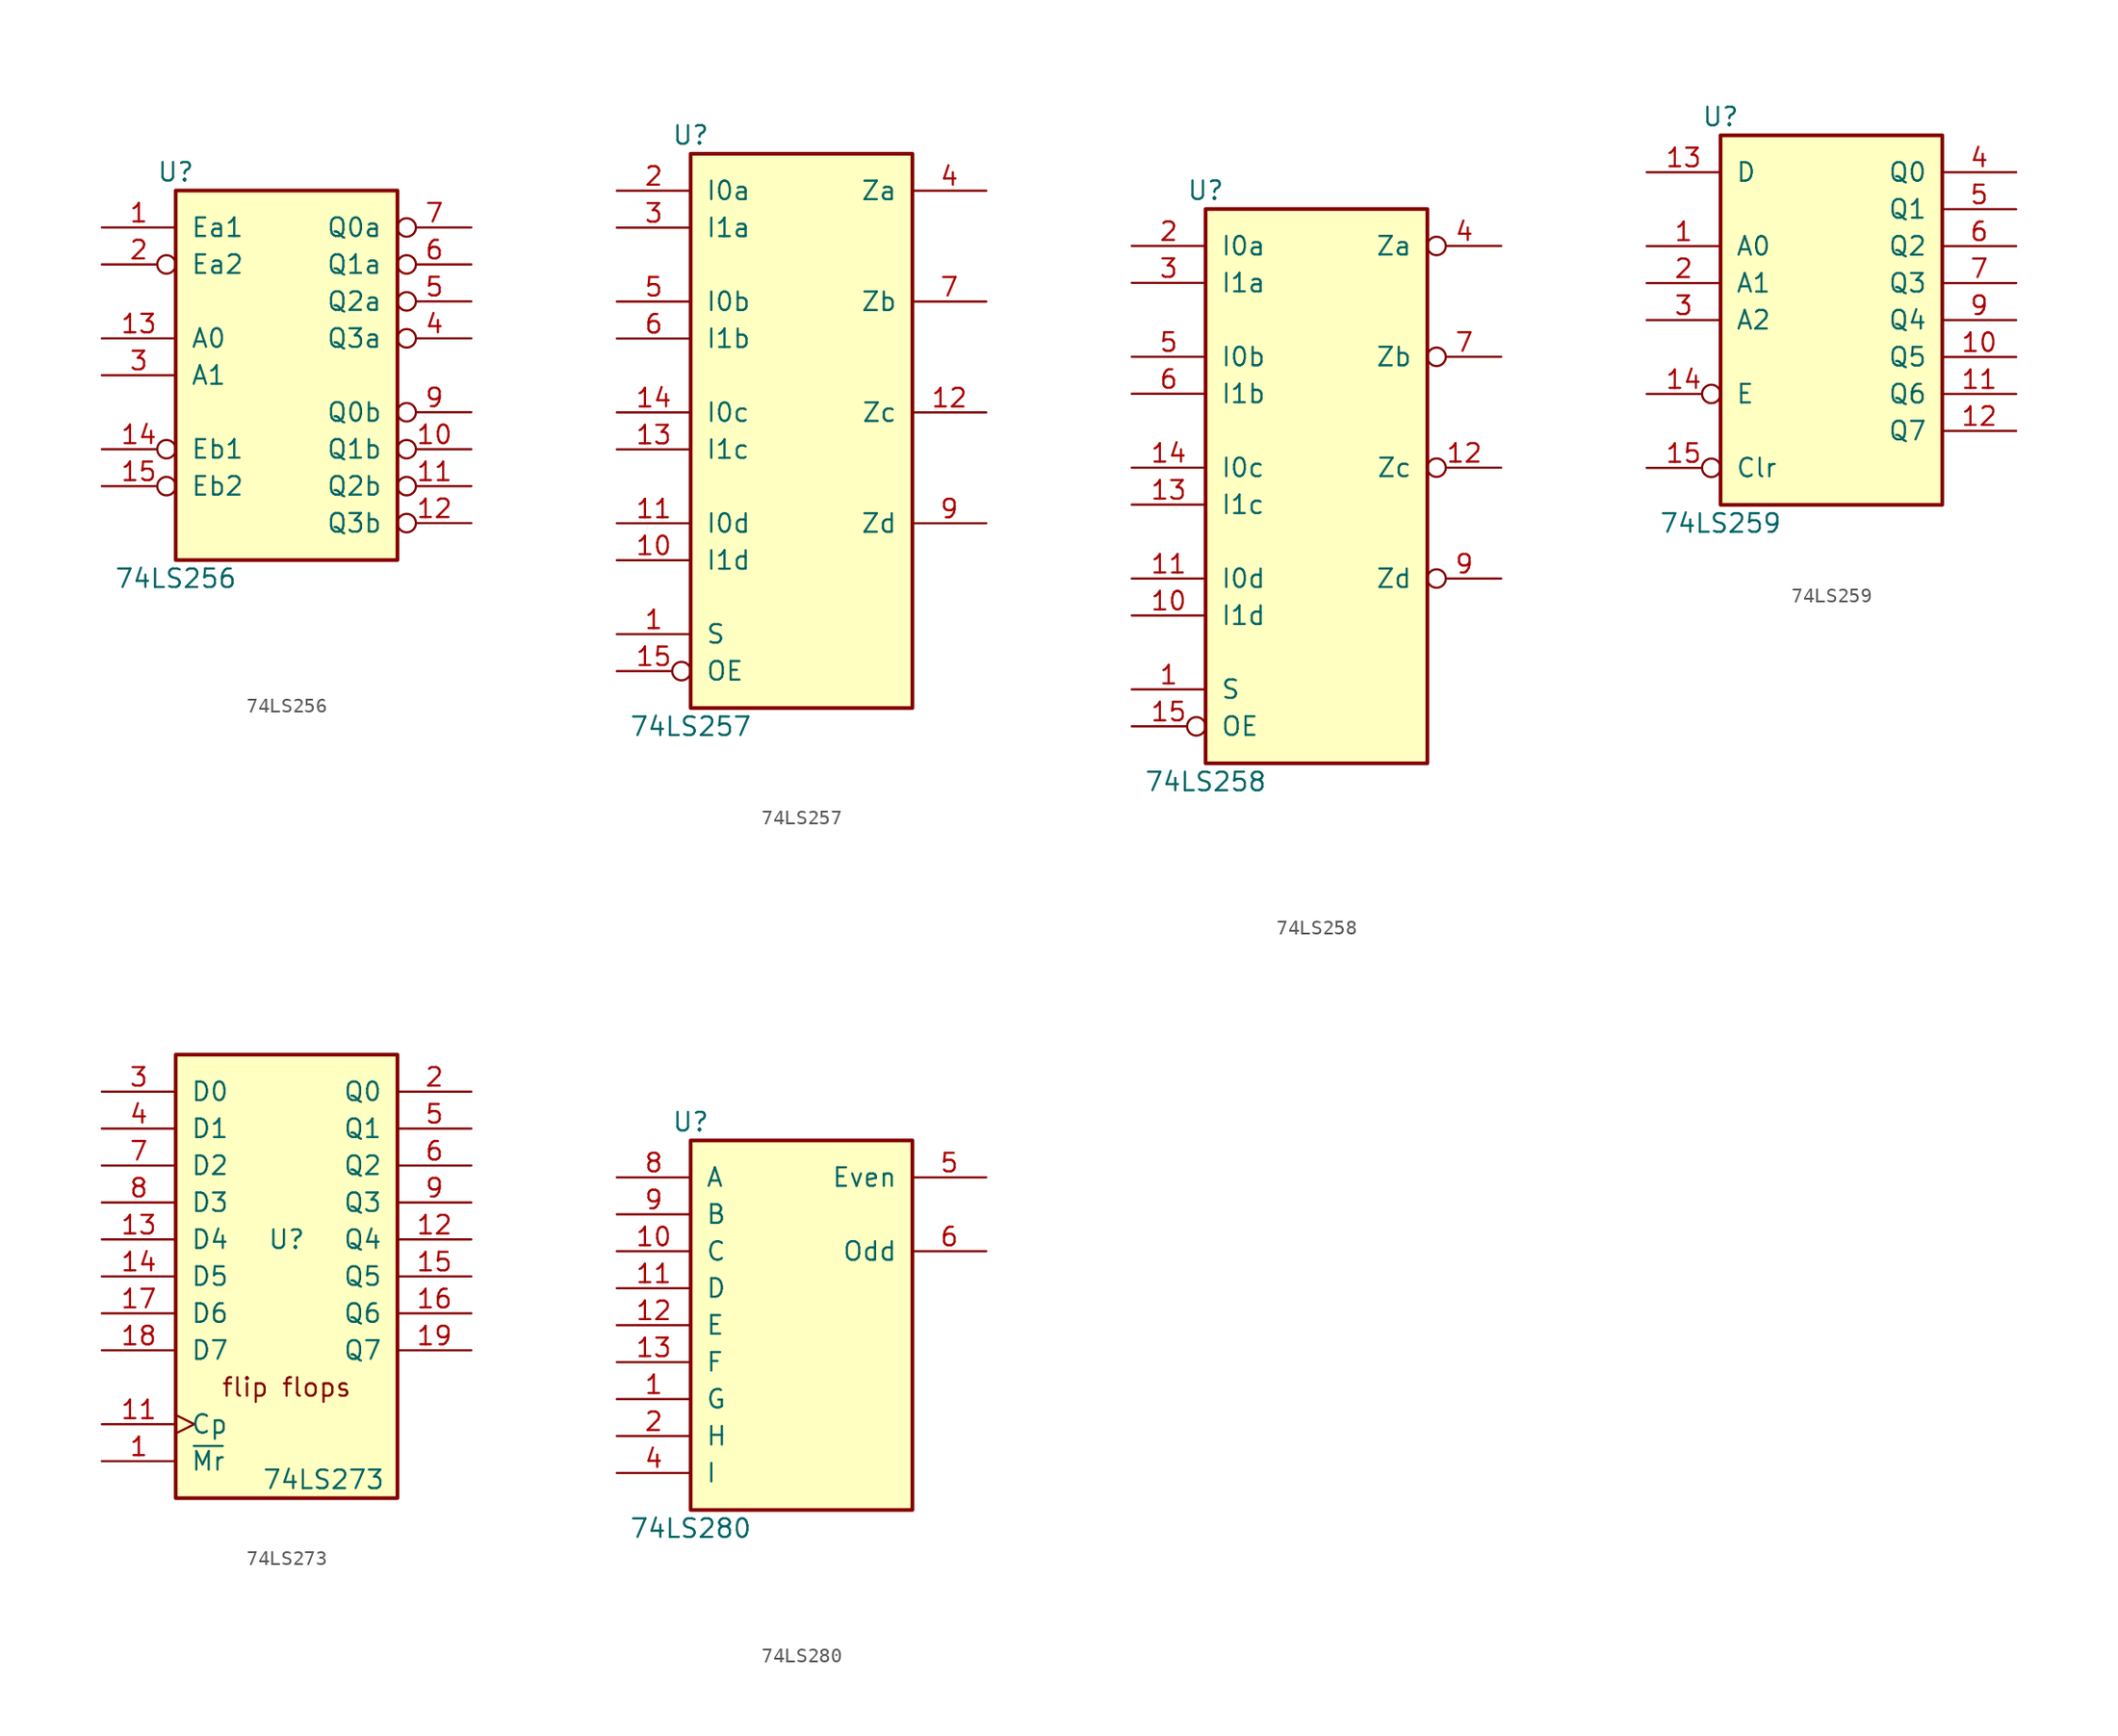
<source format=kicad_sym>
(kicad_symbol_lib
  (version 20211014)
  (generator kicad_symbol_editor)
  (symbol "74LS256"
    (pin_names
      (offset 1.016))
    (property "Reference" "U"
      (at -7.62 13.97 0)
      (effects (font (size 1.27 1.27))))
    (property "Value" "74LS256"
      (at -7.62 -13.97 0)
      (effects (font (size 1.27 1.27))))
    (property "ki_locked" ""
      (at 0 0 0)
      (effects (font (size 1.27 1.27))))
    (symbol "74LS256_1_0"
      (pin input line (at -12.7 10.16 0) (length 5.08) (name "Ea1" (effects (font (size 1.27 1.27)))) (number "1" (effects (font (size 1.27 1.27)))))
      (pin tri_state inverted (at 12.7 -5.08 180) (length 5.08) (name "Q1b" (effects (font (size 1.27 1.27)))) (number "10" (effects (font (size 1.27 1.27)))))
      (pin tri_state inverted (at 12.7 -7.62 180) (length 5.08) (name "Q2b" (effects (font (size 1.27 1.27)))) (number "11" (effects (font (size 1.27 1.27)))))
      (pin tri_state inverted (at 12.7 -10.16 180) (length 5.08) (name "Q3b" (effects (font (size 1.27 1.27)))) (number "12" (effects (font (size 1.27 1.27)))))
      (pin input line (at -12.7 2.54 0) (length 5.08) (name "A0" (effects (font (size 1.27 1.27)))) (number "13" (effects (font (size 1.27 1.27)))))
      (pin input inverted (at -12.7 -5.08 0) (length 5.08) (name "Eb1" (effects (font (size 1.27 1.27)))) (number "14" (effects (font (size 1.27 1.27)))))
      (pin input inverted (at -12.7 -7.62 0) (length 5.08) (name "Eb2" (effects (font (size 1.27 1.27)))) (number "15" (effects (font (size 1.27 1.27)))))
      (pin input line (at 0 17.78 270) (length 5.08) hide (name "VCC" (effects (font (size 1.27 1.27)))) (number "16" (effects (font (size 1.27 1.27)))))
      (pin input inverted (at -12.7 7.62 0) (length 5.08) (name "Ea2" (effects (font (size 1.27 1.27)))) (number "2" (effects (font (size 1.27 1.27)))))
      (pin input line (at -12.7 0 0) (length 5.08) (name "A1" (effects (font (size 1.27 1.27)))) (number "3" (effects (font (size 1.27 1.27)))))
      (pin tri_state inverted (at 12.7 2.54 180) (length 5.08) (name "Q3a" (effects (font (size 1.27 1.27)))) (number "4" (effects (font (size 1.27 1.27)))))
      (pin tri_state inverted (at 12.7 5.08 180) (length 5.08) (name "Q2a" (effects (font (size 1.27 1.27)))) (number "5" (effects (font (size 1.27 1.27)))))
      (pin tri_state inverted (at 12.7 7.62 180) (length 5.08) (name "Q1a" (effects (font (size 1.27 1.27)))) (number "6" (effects (font (size 1.27 1.27)))))
      (pin tri_state inverted (at 12.7 10.16 180) (length 5.08) (name "Q0a" (effects (font (size 1.27 1.27)))) (number "7" (effects (font (size 1.27 1.27)))))
      (pin input line (at 0 -17.78 90) (length 5.08) hide (name "GND" (effects (font (size 1.27 1.27)))) (number "8" (effects (font (size 1.27 1.27)))))
      (pin tri_state inverted (at 12.7 -2.54 180) (length 5.08) (name "Q0b" (effects (font (size 1.27 1.27)))) (number "9" (effects (font (size 1.27 1.27))))))
    (symbol "74LS256_1_1"
      (rectangle (start -7.62 12.7) (end 7.62 -12.7) (stroke (width 0.254) (type default) (color 0 0 0 0)) (fill (type background)))))
  (symbol "74LS257"
    (pin_names
      (offset 1.016))
    (property "Reference" "U"
      (at -7.62 19.05 0)
      (effects (font (size 1.27 1.27))))
    (property "Value" "74LS257"
      (at -7.62 -21.59 0)
      (effects (font (size 1.27 1.27))))
    (property "ki_locked" ""
      (at 0 0 0)
      (effects (font (size 1.27 1.27))))
    (symbol "74LS257_1_0"
      (pin input line (at -12.7 -15.24 0) (length 5.08) (name "S" (effects (font (size 1.27 1.27)))) (number "1" (effects (font (size 1.27 1.27)))))
      (pin input line (at -12.7 -10.16 0) (length 5.08) (name "I1d" (effects (font (size 1.27 1.27)))) (number "10" (effects (font (size 1.27 1.27)))))
      (pin input line (at -12.7 -7.62 0) (length 5.08) (name "I0d" (effects (font (size 1.27 1.27)))) (number "11" (effects (font (size 1.27 1.27)))))
      (pin tri_state line (at 12.7 0 180) (length 5.08) (name "Zc" (effects (font (size 1.27 1.27)))) (number "12" (effects (font (size 1.27 1.27)))))
      (pin input line (at -12.7 -2.54 0) (length 5.08) (name "I1c" (effects (font (size 1.27 1.27)))) (number "13" (effects (font (size 1.27 1.27)))))
      (pin input line (at -12.7 0 0) (length 5.08) (name "I0c" (effects (font (size 1.27 1.27)))) (number "14" (effects (font (size 1.27 1.27)))))
      (pin input inverted (at -12.7 -17.78 0) (length 5.08) (name "OE" (effects (font (size 1.27 1.27)))) (number "15" (effects (font (size 1.27 1.27)))))
      (pin input line (at -12.7 15.24 0) (length 5.08) (name "I0a" (effects (font (size 1.27 1.27)))) (number "2" (effects (font (size 1.27 1.27)))))
      (pin input line (at -12.7 12.7 0) (length 5.08) (name "I1a" (effects (font (size 1.27 1.27)))) (number "3" (effects (font (size 1.27 1.27)))))
      (pin tri_state line (at 12.7 15.24 180) (length 5.08) (name "Za" (effects (font (size 1.27 1.27)))) (number "4" (effects (font (size 1.27 1.27)))))
      (pin input line (at -12.7 7.62 0) (length 5.08) (name "I0b" (effects (font (size 1.27 1.27)))) (number "5" (effects (font (size 1.27 1.27)))))
      (pin input line (at -12.7 5.08 0) (length 5.08) (name "I1b" (effects (font (size 1.27 1.27)))) (number "6" (effects (font (size 1.27 1.27)))))
      (pin tri_state line (at 12.7 7.62 180) (length 5.08) (name "Zb" (effects (font (size 1.27 1.27)))) (number "7" (effects (font (size 1.27 1.27)))))
      (pin tri_state line (at 12.7 -7.62 180) (length 5.08) (name "Zd" (effects (font (size 1.27 1.27)))) (number "9" (effects (font (size 1.27 1.27))))))
    (symbol "74LS257_1_1"
      (rectangle (start -7.62 17.78) (end 7.62 -20.32) (stroke (width 0.254) (type default) (color 0 0 0 0)) (fill (type background)))))
  (symbol "74LS258"
    (pin_names
      (offset 1.016))
    (property "Reference" "U"
      (at -7.62 19.05 0)
      (effects (font (size 1.27 1.27))))
    (property "Value" "74LS258"
      (at -7.62 -21.59 0)
      (effects (font (size 1.27 1.27))))
    (property "ki_locked" ""
      (at 0 0 0)
      (effects (font (size 1.27 1.27))))
    (symbol "74LS258_1_0"
      (pin input line (at -12.7 -15.24 0) (length 5.08) (name "S" (effects (font (size 1.27 1.27)))) (number "1" (effects (font (size 1.27 1.27)))))
      (pin input line (at -12.7 -10.16 0) (length 5.08) (name "I1d" (effects (font (size 1.27 1.27)))) (number "10" (effects (font (size 1.27 1.27)))))
      (pin input line (at -12.7 -7.62 0) (length 5.08) (name "I0d" (effects (font (size 1.27 1.27)))) (number "11" (effects (font (size 1.27 1.27)))))
      (pin tri_state inverted (at 12.7 0 180) (length 5.08) (name "Zc" (effects (font (size 1.27 1.27)))) (number "12" (effects (font (size 1.27 1.27)))))
      (pin input line (at -12.7 -2.54 0) (length 5.08) (name "I1c" (effects (font (size 1.27 1.27)))) (number "13" (effects (font (size 1.27 1.27)))))
      (pin input line (at -12.7 0 0) (length 5.08) (name "I0c" (effects (font (size 1.27 1.27)))) (number "14" (effects (font (size 1.27 1.27)))))
      (pin input inverted (at -12.7 -17.78 0) (length 5.08) (name "OE" (effects (font (size 1.27 1.27)))) (number "15" (effects (font (size 1.27 1.27)))))
      (pin input line (at 0 22.86 270) (length 5.08) hide (name "VCC" (effects (font (size 1.27 1.27)))) (number "16" (effects (font (size 1.27 1.27)))))
      (pin input line (at -12.7 15.24 0) (length 5.08) (name "I0a" (effects (font (size 1.27 1.27)))) (number "2" (effects (font (size 1.27 1.27)))))
      (pin input line (at -12.7 12.7 0) (length 5.08) (name "I1a" (effects (font (size 1.27 1.27)))) (number "3" (effects (font (size 1.27 1.27)))))
      (pin tri_state inverted (at 12.7 15.24 180) (length 5.08) (name "Za" (effects (font (size 1.27 1.27)))) (number "4" (effects (font (size 1.27 1.27)))))
      (pin input line (at -12.7 7.62 0) (length 5.08) (name "I0b" (effects (font (size 1.27 1.27)))) (number "5" (effects (font (size 1.27 1.27)))))
      (pin input line (at -12.7 5.08 0) (length 5.08) (name "I1b" (effects (font (size 1.27 1.27)))) (number "6" (effects (font (size 1.27 1.27)))))
      (pin tri_state inverted (at 12.7 7.62 180) (length 5.08) (name "Zb" (effects (font (size 1.27 1.27)))) (number "7" (effects (font (size 1.27 1.27)))))
      (pin input line (at 0 -25.4 90) (length 5.08) hide (name "GND" (effects (font (size 1.27 1.27)))) (number "8" (effects (font (size 1.27 1.27)))))
      (pin tri_state inverted (at 12.7 -7.62 180) (length 5.08) (name "Zd" (effects (font (size 1.27 1.27)))) (number "9" (effects (font (size 1.27 1.27))))))
    (symbol "74LS258_1_1"
      (rectangle (start -7.62 17.78) (end 7.62 -20.32) (stroke (width 0.254) (type default) (color 0 0 0 0)) (fill (type background)))))
  (symbol "74LS259"
    (pin_names
      (offset 1.016))
    (property "Reference" "U"
      (at -7.62 13.97 0)
      (effects (font (size 1.27 1.27))))
    (property "Value" "74LS259"
      (at -7.62 -13.97 0)
      (effects (font (size 1.27 1.27))))
    (property "ki_locked" ""
      (at 0 0 0)
      (effects (font (size 1.27 1.27))))
    (symbol "74LS259_1_0"
      (pin input line (at -12.7 5.08 0) (length 5.08) (name "A0" (effects (font (size 1.27 1.27)))) (number "1" (effects (font (size 1.27 1.27)))))
      (pin output line (at 12.7 -2.54 180) (length 5.08) (name "Q5" (effects (font (size 1.27 1.27)))) (number "10" (effects (font (size 1.27 1.27)))))
      (pin output line (at 12.7 -5.08 180) (length 5.08) (name "Q6" (effects (font (size 1.27 1.27)))) (number "11" (effects (font (size 1.27 1.27)))))
      (pin output line (at 12.7 -7.62 180) (length 5.08) (name "Q7" (effects (font (size 1.27 1.27)))) (number "12" (effects (font (size 1.27 1.27)))))
      (pin input line (at -12.7 10.16 0) (length 5.08) (name "D" (effects (font (size 1.27 1.27)))) (number "13" (effects (font (size 1.27 1.27)))))
      (pin input inverted (at -12.7 -5.08 0) (length 5.08) (name "E" (effects (font (size 1.27 1.27)))) (number "14" (effects (font (size 1.27 1.27)))))
      (pin input inverted (at -12.7 -10.16 0) (length 5.08) (name "Clr" (effects (font (size 1.27 1.27)))) (number "15" (effects (font (size 1.27 1.27)))))
      (pin power_in line (at 0 12.7 270) (length 5.08) hide (name "VCC" (effects (font (size 1.27 1.27)))) (number "16" (effects (font (size 1.27 1.27)))))
      (pin input line (at -12.7 2.54 0) (length 5.08) (name "A1" (effects (font (size 1.27 1.27)))) (number "2" (effects (font (size 1.27 1.27)))))
      (pin input line (at -12.7 0 0) (length 5.08) (name "A2" (effects (font (size 1.27 1.27)))) (number "3" (effects (font (size 1.27 1.27)))))
      (pin output line (at 12.7 10.16 180) (length 5.08) (name "Q0" (effects (font (size 1.27 1.27)))) (number "4" (effects (font (size 1.27 1.27)))))
      (pin output line (at 12.7 7.62 180) (length 5.08) (name "Q1" (effects (font (size 1.27 1.27)))) (number "5" (effects (font (size 1.27 1.27)))))
      (pin output line (at 12.7 5.08 180) (length 5.08) (name "Q2" (effects (font (size 1.27 1.27)))) (number "6" (effects (font (size 1.27 1.27)))))
      (pin output line (at 12.7 2.54 180) (length 5.08) (name "Q3" (effects (font (size 1.27 1.27)))) (number "7" (effects (font (size 1.27 1.27)))))
      (pin power_in line (at 0 -12.7 90) (length 5.08) hide (name "VSS" (effects (font (size 1.27 1.27)))) (number "8" (effects (font (size 1.27 1.27)))))
      (pin output line (at 12.7 0 180) (length 5.08) (name "Q4" (effects (font (size 1.27 1.27)))) (number "9" (effects (font (size 1.27 1.27))))))
    (symbol "74LS259_1_1"
      (rectangle (start -7.62 12.7) (end 7.62 -12.7) (stroke (width 0.254) (type default) (color 0 0 0 0)) (fill (type background)))))
  (symbol "74LS273"
    (pin_names
      (offset 1.016))
    (property "Reference" "U"
      (at 0 2.54 0)
      (effects (font (size 1.27 1.27))))
    (property "Value" "74LS273"
      (at 2.54 -13.97 0)
      (effects (font (size 1.27 1.27))))
    (property "ki_locked" ""
      (at 0 0 0)
      (effects (font (size 1.27 1.27))))
    (symbol "74LS273_0_0"
      (text "flip flops" (at 0 -7.62 0) (effects (font (size 1.27 1.27)))))
    (symbol "74LS273_1_0"
      (pin input line (at -12.7 -12.7 0) (length 5.08) (name "~{Mr}" (effects (font (size 1.27 1.27)))) (number "1" (effects (font (size 1.27 1.27)))))
      (pin input clock (at -12.7 -10.16 0) (length 5.08) (name "Cp" (effects (font (size 1.27 1.27)))) (number "11" (effects (font (size 1.27 1.27)))))
      (pin output line (at 12.7 2.54 180) (length 5.08) (name "Q4" (effects (font (size 1.27 1.27)))) (number "12" (effects (font (size 1.27 1.27)))))
      (pin input line (at -12.7 2.54 0) (length 5.08) (name "D4" (effects (font (size 1.27 1.27)))) (number "13" (effects (font (size 1.27 1.27)))))
      (pin input line (at -12.7 0 0) (length 5.08) (name "D5" (effects (font (size 1.27 1.27)))) (number "14" (effects (font (size 1.27 1.27)))))
      (pin output line (at 12.7 0 180) (length 5.08) (name "Q5" (effects (font (size 1.27 1.27)))) (number "15" (effects (font (size 1.27 1.27)))))
      (pin output line (at 12.7 -2.54 180) (length 5.08) (name "Q6" (effects (font (size 1.27 1.27)))) (number "16" (effects (font (size 1.27 1.27)))))
      (pin input line (at -12.7 -2.54 0) (length 5.08) (name "D6" (effects (font (size 1.27 1.27)))) (number "17" (effects (font (size 1.27 1.27)))))
      (pin input line (at -12.7 -5.08 0) (length 5.08) (name "D7" (effects (font (size 1.27 1.27)))) (number "18" (effects (font (size 1.27 1.27)))))
      (pin output line (at 12.7 -5.08 180) (length 5.08) (name "Q7" (effects (font (size 1.27 1.27)))) (number "19" (effects (font (size 1.27 1.27)))))
      (pin output line (at 12.7 12.7 180) (length 5.08) (name "Q0" (effects (font (size 1.27 1.27)))) (number "2" (effects (font (size 1.27 1.27)))))
      (pin input line (at -12.7 12.7 0) (length 5.08) (name "D0" (effects (font (size 1.27 1.27)))) (number "3" (effects (font (size 1.27 1.27)))))
      (pin input line (at -12.7 10.16 0) (length 5.08) (name "D1" (effects (font (size 1.27 1.27)))) (number "4" (effects (font (size 1.27 1.27)))))
      (pin output line (at 12.7 10.16 180) (length 5.08) (name "Q1" (effects (font (size 1.27 1.27)))) (number "5" (effects (font (size 1.27 1.27)))))
      (pin output line (at 12.7 7.62 180) (length 5.08) (name "Q2" (effects (font (size 1.27 1.27)))) (number "6" (effects (font (size 1.27 1.27)))))
      (pin input line (at -12.7 7.62 0) (length 5.08) (name "D2" (effects (font (size 1.27 1.27)))) (number "7" (effects (font (size 1.27 1.27)))))
      (pin input line (at -12.7 5.08 0) (length 5.08) (name "D3" (effects (font (size 1.27 1.27)))) (number "8" (effects (font (size 1.27 1.27)))))
      (pin output line (at 12.7 5.08 180) (length 5.08) (name "Q3" (effects (font (size 1.27 1.27)))) (number "9" (effects (font (size 1.27 1.27))))))
    (symbol "74LS273_1_1"
      (rectangle (start -7.62 15.24) (end 7.62 -15.24) (stroke (width 0.254) (type default) (color 0 0 0 0)) (fill (type background)))))
  (symbol "74LS280"
    (pin_names
      (offset 1.016))
    (property "Reference" "U"
      (at -7.62 13.97 0)
      (effects (font (size 1.27 1.27))))
    (property "Value" "74LS280"
      (at -7.62 -13.97 0)
      (effects (font (size 1.27 1.27))))
    (property "ki_locked" ""
      (at 0 0 0)
      (effects (font (size 1.27 1.27))))
    (symbol "74LS280_1_0"
      (pin input line (at -12.7 -5.08 0) (length 5.08) (name "G" (effects (font (size 1.27 1.27)))) (number "1" (effects (font (size 1.27 1.27)))))
      (pin input line (at -12.7 5.08 0) (length 5.08) (name "C" (effects (font (size 1.27 1.27)))) (number "10" (effects (font (size 1.27 1.27)))))
      (pin input line (at -12.7 2.54 0) (length 5.08) (name "D" (effects (font (size 1.27 1.27)))) (number "11" (effects (font (size 1.27 1.27)))))
      (pin input line (at -12.7 0 0) (length 5.08) (name "E" (effects (font (size 1.27 1.27)))) (number "12" (effects (font (size 1.27 1.27)))))
      (pin input line (at -12.7 -2.54 0) (length 5.08) (name "F" (effects (font (size 1.27 1.27)))) (number "13" (effects (font (size 1.27 1.27)))))
      (pin input line (at 0 17.78 270) (length 5.08) hide (name "VCC" (effects (font (size 1.27 1.27)))) (number "14" (effects (font (size 1.27 1.27)))))
      (pin input line (at -12.7 -7.62 0) (length 5.08) (name "H" (effects (font (size 1.27 1.27)))) (number "2" (effects (font (size 1.27 1.27)))))
      (pin input line (at -12.7 -10.16 0) (length 5.08) (name "I" (effects (font (size 1.27 1.27)))) (number "4" (effects (font (size 1.27 1.27)))))
      (pin output line (at 12.7 10.16 180) (length 5.08) (name "Even" (effects (font (size 1.27 1.27)))) (number "5" (effects (font (size 1.27 1.27)))))
      (pin output line (at 12.7 5.08 180) (length 5.08) (name "Odd" (effects (font (size 1.27 1.27)))) (number "6" (effects (font (size 1.27 1.27)))))
      (pin input line (at 0 -17.78 90) (length 5.08) hide (name "GND" (effects (font (size 1.27 1.27)))) (number "7" (effects (font (size 1.27 1.27)))))
      (pin input line (at -12.7 10.16 0) (length 5.08) (name "A" (effects (font (size 1.27 1.27)))) (number "8" (effects (font (size 1.27 1.27)))))
      (pin input line (at -12.7 7.62 0) (length 5.08) (name "B" (effects (font (size 1.27 1.27)))) (number "9" (effects (font (size 1.27 1.27))))))
    (symbol "74LS280_1_1"
      (rectangle (start -7.62 12.7) (end 7.62 -12.7) (stroke (width 0.254) (type default) (color 0 0 0 0)) (fill (type background))))))
</source>
